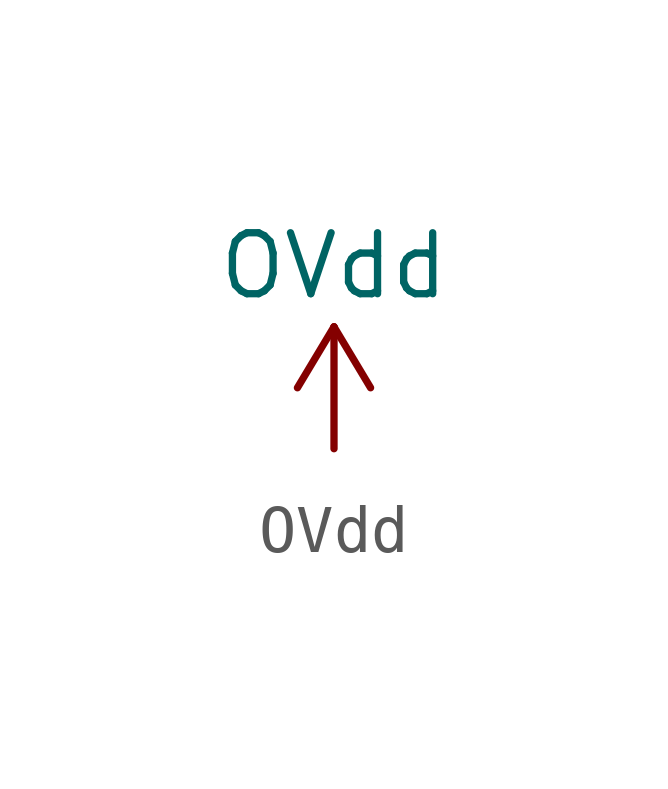
<source format=kicad_sym>
(kicad_symbol_lib
  (version 20211014)
  (generator kicad_symbol_editor)
  (symbol "OVdd"
    (power)
    (pin_names
      (offset 0))
    (property "Reference" "#PWR"
      (at 0 -3.81 0)
      (effects (font (size 1.27 1.27)) hide))
    (property "Value" "OVdd"
      (at 0 3.81 0)
      (effects (font (size 1.27 1.27))))
    (symbol "OVdd_0_1"
      (polyline (pts (xy -0.762 1.27) (xy 0 2.54)) (stroke (width 0) (type default) (color 0 0 0 0)) (fill (type none)))
      (polyline (pts (xy 0 0) (xy 0 2.54)) (stroke (width 0) (type default) (color 0 0 0 0)) (fill (type none)))
      (polyline (pts (xy 0 2.54) (xy 0.762 1.27)) (stroke (width 0) (type default) (color 0 0 0 0)) (fill (type none))))
    (symbol "OVdd_1_1"
      (pin power_in line (at 0 0 90) (length 0) hide (name "OVdd" (effects (font (size 1.27 1.27)))) (number "1" (effects (font (size 1.27 1.27))))))))
</source>
